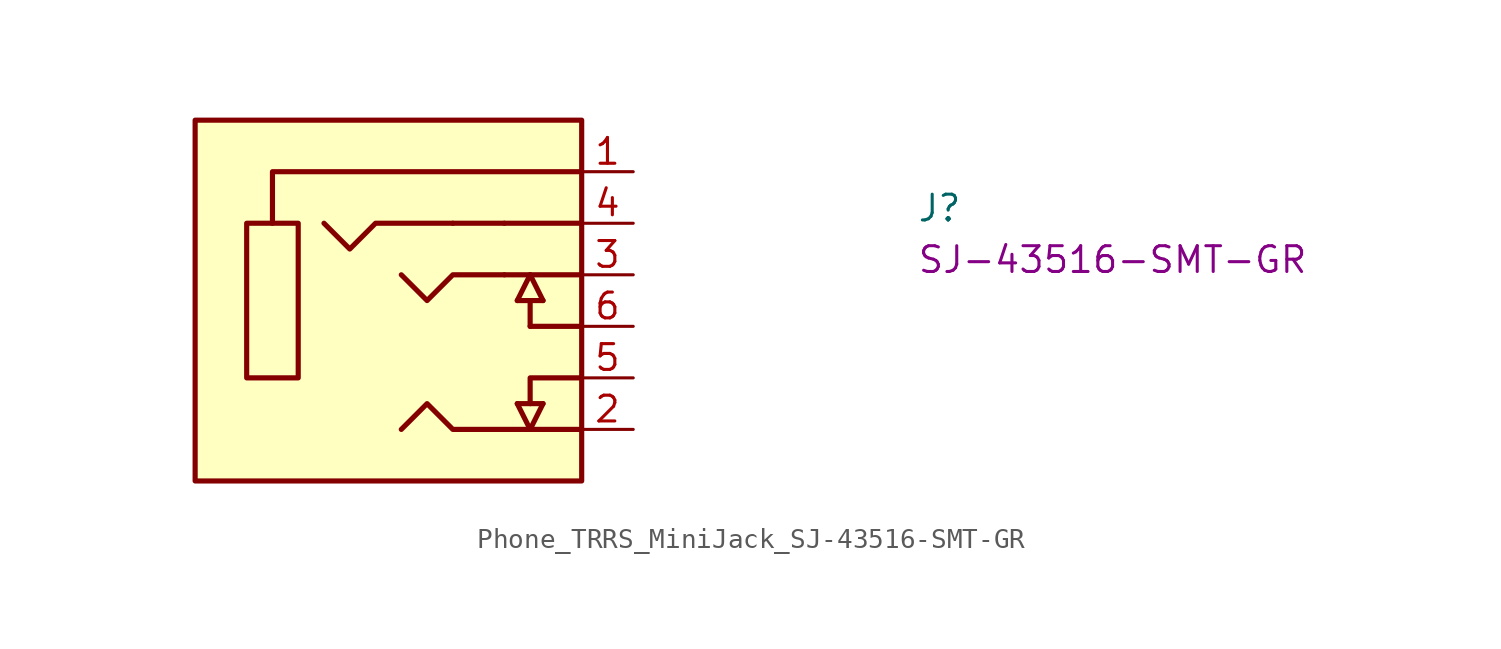
<source format=kicad_sym>
(kicad_symbol_lib
  (version 20220914)
  (generator kicad_symbol_editor)
  (symbol "Phone_TRRS_MiniJack_SJ-43516-SMT-GR"
    (property "Reference" "J"
      (at 13.97 -2.54 0)
      (effects (font (size 1.27 1.27) (thickness 0.15)) (justify left bottom)))
    (property "MPN" "SJ-43516-SMT-GR"
      (at 13.97 -5.08 0)
      (effects (font (size 1.27 1.27) (thickness 0.15)) (justify left bottom)))
    (symbol "Phone_TRRS_MiniJack_SJ-43516-SMT-GR_1_1"
      (rectangle (start -19.05 -2.54) (end -16.51 -10.16) (stroke (width 0.254) (type default)) (fill (type background)))
      (rectangle (start -2.54 2.54) (end -21.59 -15.24) (stroke (width 0.254) (type default)) (fill (type background)))
      (polyline (pts (xy -8.89 -2.54) (xy -6.35 -2.54)) (stroke (width 0.254) (type default)) (fill (type background)))
      (polyline (pts (xy -5.715 -11.43) (xy -5.08 -12.7)) (stroke (width 0.254) (type default)) (fill (type background)))
      (polyline (pts (xy -5.715 -11.43) (xy -4.445 -11.43)) (stroke (width 0.254) (type default)) (fill (type background)))
      (polyline (pts (xy -5.715 -6.35) (xy -4.445 -6.35)) (stroke (width 0.254) (type default)) (fill (type background)))
      (polyline (pts (xy -5.08 -7.62) (xy -5.08 -6.35)) (stroke (width 0.254) (type default)) (fill (type background)))
      (polyline (pts (xy -5.08 -5.08) (xy -5.715 -6.35)) (stroke (width 0.254) (type default)) (fill (type background)))
      (polyline (pts (xy -5.08 -5.08) (xy -4.445 -6.35)) (stroke (width 0.254) (type default)) (fill (type background)))
      (polyline (pts (xy -4.445 -11.43) (xy -5.08 -12.7)) (stroke (width 0.254) (type default)) (fill (type background)))
      (polyline (pts (xy -2.54 -7.62) (xy -5.08 -7.62)) (stroke (width 0.254) (type default)) (fill (type background)))
      (polyline (pts (xy -2.54 -5.08) (xy -6.35 -5.08)) (stroke (width 0.254) (type default)) (fill (type background)))
      (polyline (pts (xy -2.54 -2.54) (xy -6.35 -2.54)) (stroke (width 0.254) (type default)) (fill (type background)))
      (polyline (pts (xy -2.54 -10.16) (xy -5.08 -10.16) (xy -5.08 -11.43)) (stroke (width 0.254) (type default)) (fill (type background)))
      (polyline (pts (xy -2.54 0) (xy -17.78 0) (xy -17.78 -2.54)) (stroke (width 0.254) (type default)) (fill (type background)))
      (polyline (pts (xy -11.43 -5.08) (xy -10.16 -6.35) (xy -8.89 -5.08) (xy -6.35 -5.08)) (stroke (width 0.254) (type default)) (fill (type background)))
      (polyline (pts (xy -8.89 -2.54) (xy -12.7 -2.54) (xy -13.97 -3.81) (xy -15.24 -2.54)) (stroke (width 0.254) (type default)) (fill (type background)))
      (polyline (pts (xy -2.54 -12.7) (xy -8.89 -12.7) (xy -10.16 -11.43) (xy -11.43 -12.7)) (stroke (width 0.254) (type default)) (fill (type background)))
      (pin passive line (at 0 0 180) (length 2.54) (name "~" (effects (font (size 1.27 1.27)))) (number "1" (effects (font (size 1.27 1.27)))))
      (pin passive line (at 0 -12.7 180) (length 2.54) (name "~" (effects (font (size 1.27 1.27)))) (number "2" (effects (font (size 1.27 1.27)))))
      (pin passive line (at 0 -5.08 180) (length 2.54) (name "~" (effects (font (size 1.27 1.27)))) (number "3" (effects (font (size 1.27 1.27)))))
      (pin passive line (at 0 -2.54 180) (length 2.54) (name "~" (effects (font (size 1.27 1.27)))) (number "4" (effects (font (size 1.27 1.27)))))
      (pin passive line (at 0 -10.16 180) (length 2.54) (name "~" (effects (font (size 1.27 1.27)))) (number "5" (effects (font (size 1.27 1.27)))))
      (pin passive line (at 0 -7.62 180) (length 2.54) (name "~" (effects (font (size 1.27 1.27)))) (number "6" (effects (font (size 1.27 1.27))))))))
</source>
